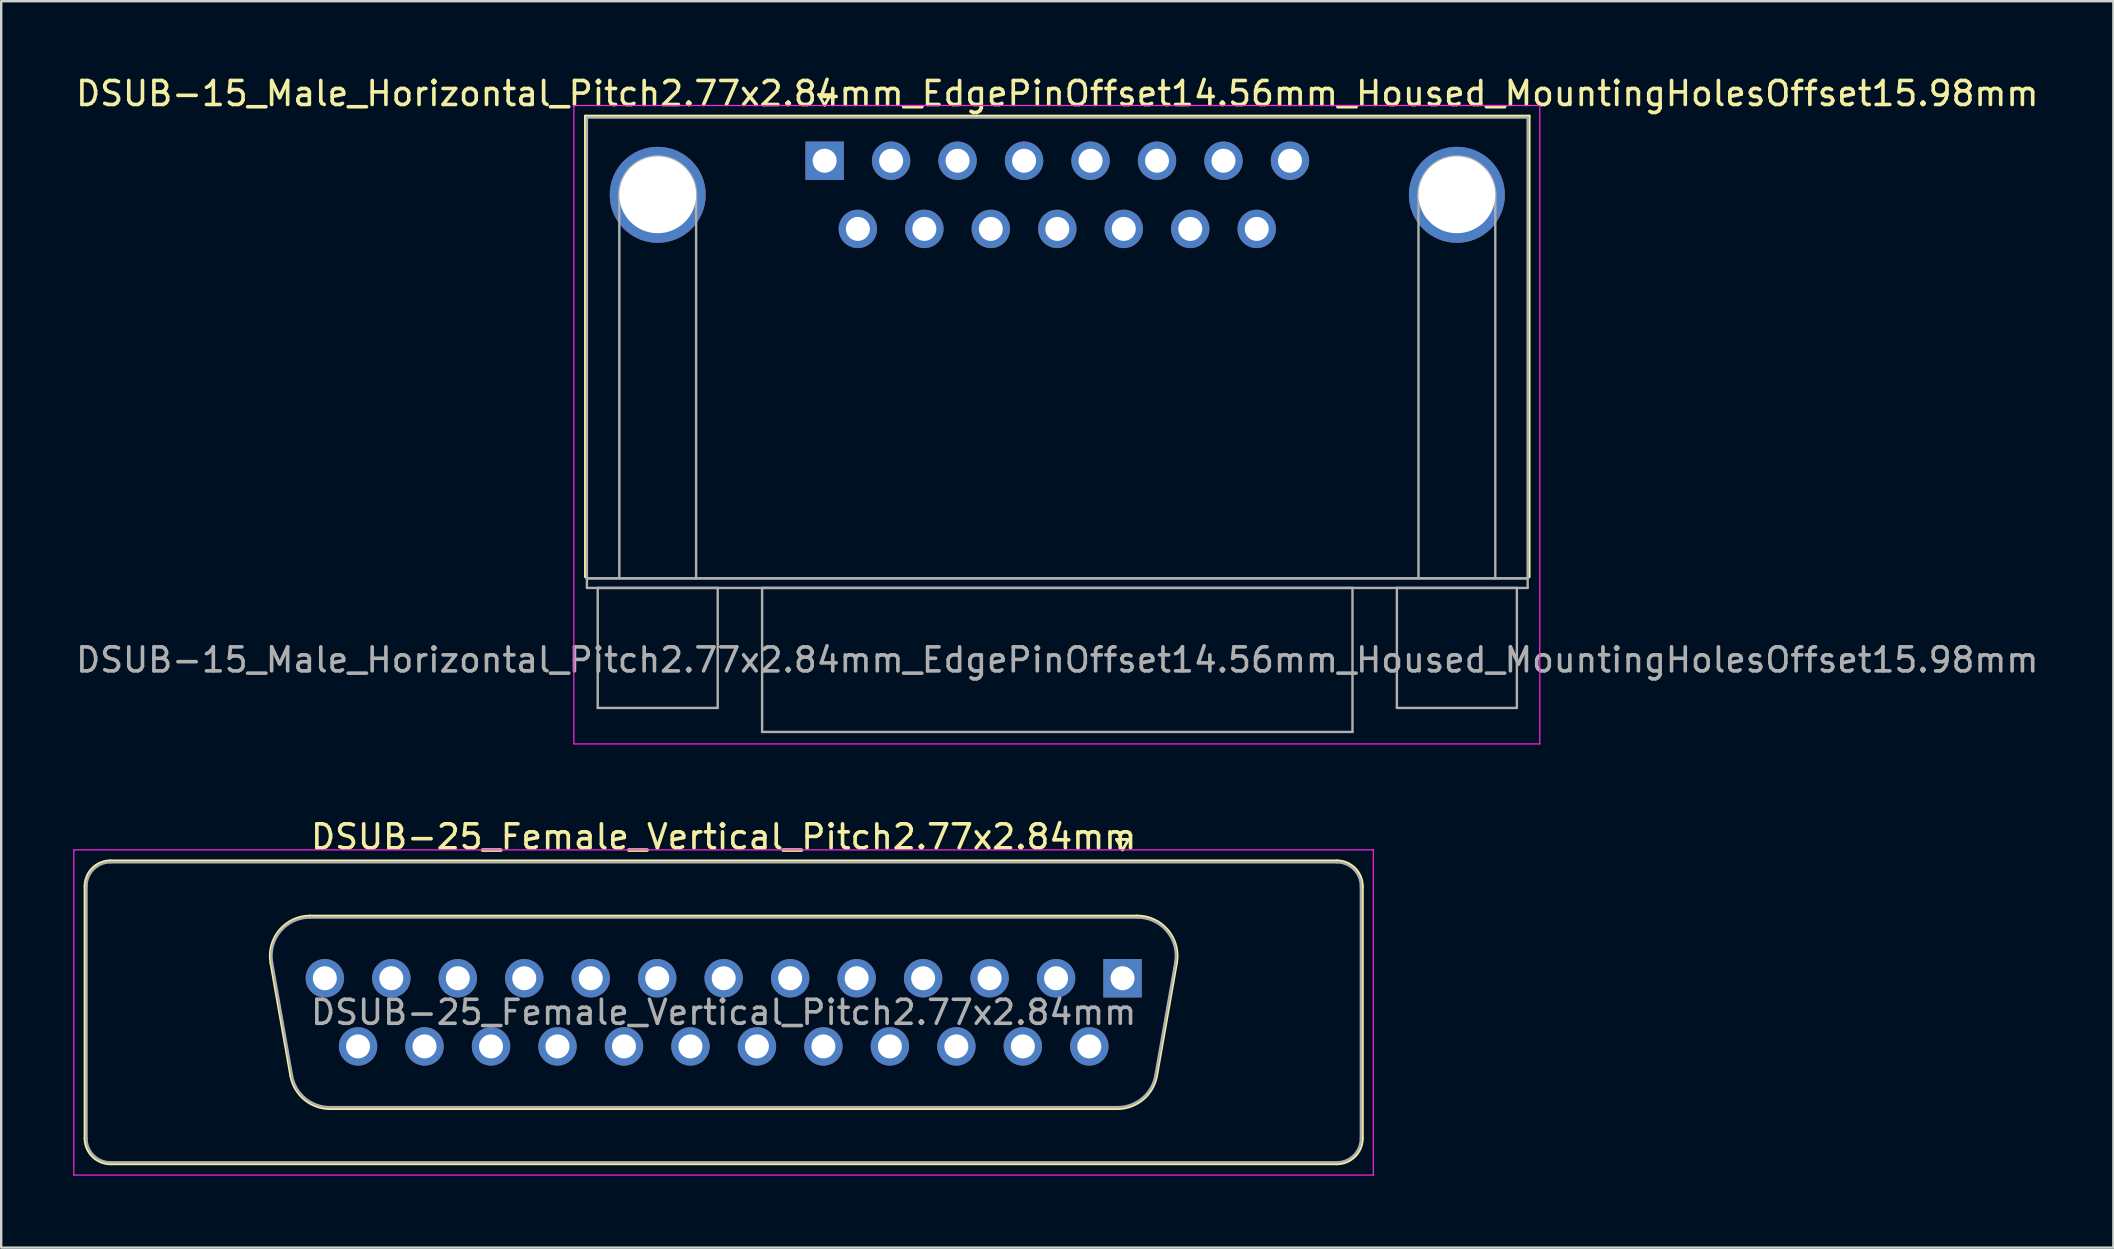
<source format=kicad_pcb>
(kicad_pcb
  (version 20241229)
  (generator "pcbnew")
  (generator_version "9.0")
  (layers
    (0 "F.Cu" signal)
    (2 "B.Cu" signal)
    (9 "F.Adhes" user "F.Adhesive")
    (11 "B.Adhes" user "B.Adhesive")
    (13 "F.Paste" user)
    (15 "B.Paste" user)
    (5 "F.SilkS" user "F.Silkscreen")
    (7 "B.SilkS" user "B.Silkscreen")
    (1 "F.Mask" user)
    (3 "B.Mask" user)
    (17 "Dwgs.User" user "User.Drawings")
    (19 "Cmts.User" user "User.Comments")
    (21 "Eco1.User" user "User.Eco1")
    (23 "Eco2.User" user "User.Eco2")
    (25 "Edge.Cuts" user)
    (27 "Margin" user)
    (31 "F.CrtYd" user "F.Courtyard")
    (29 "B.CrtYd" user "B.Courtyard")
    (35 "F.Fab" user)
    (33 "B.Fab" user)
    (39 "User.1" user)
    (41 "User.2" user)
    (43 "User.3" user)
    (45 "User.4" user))
  (footprint "DSUB-15_Male_Horizontal_Pitch2.77x2.84mm_EdgePinOffset14.56mm_Housed_MountingHolesOffset15.98mm"
    (layer "F.Cu")
    (at 31.311 3.648)
    (property "Reference" "DSUB-15_Male_Horizontal_Pitch2.77x2.84mm_EdgePinOffset14.56mm_Housed_MountingHolesOffset15.98mm" (at 9.695 -2.8 0) (layer "F.SilkS") (effects (font (size 1 1) (thickness 0.15))))
    (attr through_hole)
    (fp_line (start -9.965 -1.86) (end 29.355 -1.86) (stroke (width 0.12) (type solid)) (layer "F.SilkS"))
    (fp_line (start -9.965 17.34) (end -9.965 -1.86) (stroke (width 0.12) (type solid)) (layer "F.SilkS"))
    (fp_line (start -0.25 -2.754) (end 0.25 -2.754) (stroke (width 0.12) (type solid)) (layer "F.SilkS"))
    (fp_line (start 0 -2.321) (end -0.25 -2.754) (stroke (width 0.12) (type solid)) (layer "F.SilkS"))
    (fp_line (start 0.25 -2.754) (end 0 -2.321) (stroke (width 0.12) (type solid)) (layer "F.SilkS"))
    (fp_line (start 29.355 -1.86) (end 29.355 17.34) (stroke (width 0.12) (type solid)) (layer "F.SilkS"))
    (fp_line (start -10.45 -2.3) (end -10.45 24.3) (stroke (width 0.05) (type solid)) (layer "F.CrtYd"))
    (fp_line (start -10.45 24.3) (end 29.8 24.3) (stroke (width 0.05) (type solid)) (layer "F.CrtYd"))
    (fp_line (start 29.8 -2.3) (end -10.45 -2.3) (stroke (width 0.05) (type solid)) (layer "F.CrtYd"))
    (fp_line (start 29.8 24.3) (end 29.8 -2.3) (stroke (width 0.05) (type solid)) (layer "F.CrtYd"))
    (fp_line (start -9.905 -1.8) (end -9.905 17.4) (stroke (width 0.1) (type solid)) (layer "F.Fab"))
    (fp_line (start -9.905 17.4) (end -9.905 17.8) (stroke (width 0.1) (type solid)) (layer "F.Fab"))
    (fp_line (start -9.905 17.4) (end 29.295 17.4) (stroke (width 0.1) (type solid)) (layer "F.Fab"))
    (fp_line (start -9.905 17.8) (end 29.295 17.8) (stroke (width 0.1) (type solid)) (layer "F.Fab"))
    (fp_line (start -9.455 17.8) (end -9.455 22.8) (stroke (width 0.1) (type solid)) (layer "F.Fab"))
    (fp_line (start -9.455 22.8) (end -4.455 22.8) (stroke (width 0.1) (type solid)) (layer "F.Fab"))
    (fp_line (start -8.555 17.4) (end -8.555 1.42) (stroke (width 0.1) (type solid)) (layer "F.Fab"))
    (fp_line (start -5.355 17.4) (end -5.355 1.42) (stroke (width 0.1) (type solid)) (layer "F.Fab"))
    (fp_line (start -4.455 17.8) (end -9.455 17.8) (stroke (width 0.1) (type solid)) (layer "F.Fab"))
    (fp_line (start -4.455 22.8) (end -4.455 17.8) (stroke (width 0.1) (type solid)) (layer "F.Fab"))
    (fp_line (start -2.605 17.8) (end -2.605 23.8) (stroke (width 0.1) (type solid)) (layer "F.Fab"))
    (fp_line (start -2.605 23.8) (end 21.995 23.8) (stroke (width 0.1) (type solid)) (layer "F.Fab"))
    (fp_line (start 21.995 17.8) (end -2.605 17.8) (stroke (width 0.1) (type solid)) (layer "F.Fab"))
    (fp_line (start 21.995 23.8) (end 21.995 17.8) (stroke (width 0.1) (type solid)) (layer "F.Fab"))
    (fp_line (start 23.845 17.8) (end 23.845 22.8) (stroke (width 0.1) (type solid)) (layer "F.Fab"))
    (fp_line (start 23.845 22.8) (end 28.845 22.8) (stroke (width 0.1) (type solid)) (layer "F.Fab"))
    (fp_line (start 24.745 17.4) (end 24.745 1.42) (stroke (width 0.1) (type solid)) (layer "F.Fab"))
    (fp_line (start 27.945 17.4) (end 27.945 1.42) (stroke (width 0.1) (type solid)) (layer "F.Fab"))
    (fp_line (start 28.845 17.8) (end 23.845 17.8) (stroke (width 0.1) (type solid)) (layer "F.Fab"))
    (fp_line (start 28.845 22.8) (end 28.845 17.8) (stroke (width 0.1) (type solid)) (layer "F.Fab"))
    (fp_line (start 29.295 -1.8) (end -9.905 -1.8) (stroke (width 0.1) (type solid)) (layer "F.Fab"))
    (fp_line (start 29.295 17.4) (end -9.905 17.4) (stroke (width 0.1) (type solid)) (layer "F.Fab"))
    (fp_line (start 29.295 17.4) (end 29.295 -1.8) (stroke (width 0.1) (type solid)) (layer "F.Fab"))
    (fp_line (start 29.295 17.8) (end 29.295 17.4) (stroke (width 0.1) (type solid)) (layer "F.Fab"))
    (fp_arc (start -8.555 1.42) (mid -6.955 -0.18) (end -5.355 1.42) (stroke (width 0.1) (type solid)) (layer "F.Fab"))
    (fp_arc (start 24.745 1.42) (mid 26.345 -0.18) (end 27.945 1.42) (stroke (width 0.1) (type solid)) (layer "F.Fab"))
    (fp_text user "${REFERENCE}" (at 9.695 20.8 0) (layer "F.Fab") (effects (font (size 1 1) (thickness 0.15))))
    (pad "0" thru_hole circle (at -6.955 1.42) (size 4 4) (drill 3.2) (layers "*.Cu" "*.Mask"))
    (pad "0" thru_hole circle (at 26.345 1.42) (size 4 4) (drill 3.2) (layers "*.Cu" "*.Mask"))
    (pad "1" thru_hole rect (at 0 0) (size 1.6 1.6) (drill 1) (layers "*.Cu" "*.Mask"))
    (pad "2" thru_hole circle (at 2.77 0) (size 1.6 1.6) (drill 1) (layers "*.Cu" "*.Mask"))
    (pad "3" thru_hole circle (at 5.54 0) (size 1.6 1.6) (drill 1) (layers "*.Cu" "*.Mask"))
    (pad "4" thru_hole circle (at 8.31 0) (size 1.6 1.6) (drill 1) (layers "*.Cu" "*.Mask"))
    (pad "5" thru_hole circle (at 11.08 0) (size 1.6 1.6) (drill 1) (layers "*.Cu" "*.Mask"))
    (pad "6" thru_hole circle (at 13.85 0) (size 1.6 1.6) (drill 1) (layers "*.Cu" "*.Mask"))
    (pad "7" thru_hole circle (at 16.62 0) (size 1.6 1.6) (drill 1) (layers "*.Cu" "*.Mask"))
    (pad "8" thru_hole circle (at 19.39 0) (size 1.6 1.6) (drill 1) (layers "*.Cu" "*.Mask"))
    (pad "9" thru_hole circle (at 1.385 2.84) (size 1.6 1.6) (drill 1) (layers "*.Cu" "*.Mask"))
    (pad "10" thru_hole circle (at 4.155 2.84) (size 1.6 1.6) (drill 1) (layers "*.Cu" "*.Mask"))
    (pad "11" thru_hole circle (at 6.925 2.84) (size 1.6 1.6) (drill 1) (layers "*.Cu" "*.Mask"))
    (pad "12" thru_hole circle (at 9.695 2.84) (size 1.6 1.6) (drill 1) (layers "*.Cu" "*.Mask"))
    (pad "13" thru_hole circle (at 12.465 2.84) (size 1.6 1.6) (drill 1) (layers "*.Cu" "*.Mask"))
    (pad "14" thru_hole circle (at 15.235 2.84) (size 1.6 1.6) (drill 1) (layers "*.Cu" "*.Mask"))
    (pad "15" thru_hole circle (at 18.005 2.84) (size 1.6 1.6) (drill 1) (layers "*.Cu" "*.Mask")))
  (footprint "DSUB-25_Female_Vertical_Pitch2.77x2.84mm"
    (layer "F.Cu")
    (at 43.725 37.712)
    (property "Reference" "DSUB-25_Female_Vertical_Pitch2.77x2.84mm" (at -16.62 -5.89 0) (layer "F.SilkS") (effects (font (size 1 1) (thickness 0.15))))
    (attr through_hole)
    (fp_line (start -43.23 6.67) (end -43.23 -3.83) (stroke (width 0.12) (type solid)) (layer "F.SilkS"))
    (fp_line (start -42.17 -4.89) (end 8.93 -4.89) (stroke (width 0.12) (type solid)) (layer "F.SilkS"))
    (fp_line (start -35.486 -0.642) (end -34.658 4.058) (stroke (width 0.12) (type solid)) (layer "F.SilkS"))
    (fp_line (start -33.852 -2.59) (end 0.612 -2.59) (stroke (width 0.12) (type solid)) (layer "F.SilkS"))
    (fp_line (start -33.023 5.43) (end -0.217 5.43) (stroke (width 0.12) (type solid)) (layer "F.SilkS"))
    (fp_line (start -0.25 -5.784) (end 0.25 -5.784) (stroke (width 0.12) (type solid)) (layer "F.SilkS"))
    (fp_line (start 0 -5.351) (end -0.25 -5.784) (stroke (width 0.12) (type solid)) (layer "F.SilkS"))
    (fp_line (start 0.25 -5.784) (end 0 -5.351) (stroke (width 0.12) (type solid)) (layer "F.SilkS"))
    (fp_line (start 2.246 -0.642) (end 1.418 4.058) (stroke (width 0.12) (type solid)) (layer "F.SilkS"))
    (fp_line (start 8.93 7.73) (end -42.17 7.73) (stroke (width 0.12) (type solid)) (layer "F.SilkS"))
    (fp_line (start 9.99 -3.83) (end 9.99 6.67) (stroke (width 0.12) (type solid)) (layer "F.SilkS"))
    (fp_arc (start -43.23 -3.83) (mid -42.919533 -4.579533) (end -42.17 -4.89) (stroke (width 0.12) (type solid)) (layer "F.SilkS"))
    (fp_arc (start -42.17 7.73) (mid -42.919533 7.419533) (end -43.23 6.67) (stroke (width 0.12) (type solid)) (layer "F.SilkS"))
    (fp_arc (start -35.48647 -0.641744) (mid -35.123323 -1.997028) (end -33.851689 -2.59) (stroke (width 0.12) (type solid)) (layer "F.SilkS"))
    (fp_arc (start -33.022952 5.43) (mid -34.089979 5.041634) (end -34.657733 4.058256) (stroke (width 0.12) (type solid)) (layer "F.SilkS"))
    (fp_arc (start 0.611689 -2.59) (mid 1.883323 -1.997027) (end 2.24647 -0.641744) (stroke (width 0.12) (type solid)) (layer "F.SilkS"))
    (fp_arc (start 1.417733 4.058256) (mid 0.84998 5.041634) (end -0.217048 5.43) (stroke (width 0.12) (type solid)) (layer "F.SilkS"))
    (fp_arc (start 8.93 -4.89) (mid 9.679533 -4.579533) (end 9.99 -3.83) (stroke (width 0.12) (type solid)) (layer "F.SilkS"))
    (fp_arc (start 9.99 6.67) (mid 9.679533 7.419533) (end 8.93 7.73) (stroke (width 0.12) (type solid)) (layer "F.SilkS"))
    (fp_line (start -43.7 -5.35) (end -43.7 8.2) (stroke (width 0.05) (type solid)) (layer "F.CrtYd"))
    (fp_line (start -43.7 8.2) (end 10.45 8.2) (stroke (width 0.05) (type solid)) (layer "F.CrtYd"))
    (fp_line (start 10.45 -5.35) (end -43.7 -5.35) (stroke (width 0.05) (type solid)) (layer "F.CrtYd"))
    (fp_line (start 10.45 8.2) (end 10.45 -5.35) (stroke (width 0.05) (type solid)) (layer "F.CrtYd"))
    (fp_line (start -43.17 6.67) (end -43.17 -3.83) (stroke (width 0.1) (type solid)) (layer "F.Fab"))
    (fp_line (start -42.17 -4.83) (end 8.93 -4.83) (stroke (width 0.1) (type solid)) (layer "F.Fab"))
    (fp_line (start -35.439 -0.652) (end -34.61 4.048) (stroke (width 0.1) (type solid)) (layer "F.Fab"))
    (fp_line (start -33.863 -2.53) (end 0.623 -2.53) (stroke (width 0.1) (type solid)) (layer "F.Fab"))
    (fp_line (start -33.034 5.37) (end -0.206 5.37) (stroke (width 0.1) (type solid)) (layer "F.Fab"))
    (fp_line (start 2.199 -0.652) (end 1.37 4.048) (stroke (width 0.1) (type solid)) (layer "F.Fab"))
    (fp_line (start 8.93 7.67) (end -42.17 7.67) (stroke (width 0.1) (type solid)) (layer "F.Fab"))
    (fp_line (start 9.93 -3.83) (end 9.93 6.67) (stroke (width 0.1) (type solid)) (layer "F.Fab"))
    (fp_arc (start -43.17 -3.83) (mid -42.877107 -4.537107) (end -42.17 -4.83) (stroke (width 0.1) (type solid)) (layer "F.Fab"))
    (fp_arc (start -42.17 7.67) (mid -42.877107 7.377107) (end -43.17 6.67) (stroke (width 0.1) (type solid)) (layer "F.Fab"))
    (fp_arc (start -35.438886 -0.652163) (mid -35.088865 -1.95846) (end -33.863194 -2.53) (stroke (width 0.1) (type solid)) (layer "F.Fab"))
    (fp_arc (start -33.034457 5.37) (mid -34.062917 4.995671) (end -34.610149 4.047837) (stroke (width 0.1) (type solid)) (layer "F.Fab"))
    (fp_arc (start 0.623194 -2.53) (mid 1.848865 -1.95846) (end 2.198886 -0.652163) (stroke (width 0.1) (type solid)) (layer "F.Fab"))
    (fp_arc (start 1.370149 4.047837) (mid 0.822917 4.995671) (end -0.205543 5.37) (stroke (width 0.1) (type solid)) (layer "F.Fab"))
    (fp_arc (start 8.93 -4.83) (mid 9.637107 -4.537107) (end 9.93 -3.83) (stroke (width 0.1) (type solid)) (layer "F.Fab"))
    (fp_arc (start 9.93 6.67) (mid 9.637107 7.377107) (end 8.93 7.67) (stroke (width 0.1) (type solid)) (layer "F.Fab"))
    (fp_text user "${REFERENCE}" (at -16.62 1.42 0) (layer "F.Fab") (effects (font (size 1 1) (thickness 0.15))))
    (pad "1" thru_hole rect (at 0 0) (size 1.6 1.6) (drill 1) (layers "*.Cu" "*.Mask"))
    (pad "2" thru_hole circle (at -2.77 0) (size 1.6 1.6) (drill 1) (layers "*.Cu" "*.Mask"))
    (pad "3" thru_hole circle (at -5.54 0) (size 1.6 1.6) (drill 1) (layers "*.Cu" "*.Mask"))
    (pad "4" thru_hole circle (at -8.31 0) (size 1.6 1.6) (drill 1) (layers "*.Cu" "*.Mask"))
    (pad "5" thru_hole circle (at -11.08 0) (size 1.6 1.6) (drill 1) (layers "*.Cu" "*.Mask"))
    (pad "6" thru_hole circle (at -13.85 0) (size 1.6 1.6) (drill 1) (layers "*.Cu" "*.Mask"))
    (pad "7" thru_hole circle (at -16.62 0) (size 1.6 1.6) (drill 1) (layers "*.Cu" "*.Mask"))
    (pad "8" thru_hole circle (at -19.39 0) (size 1.6 1.6) (drill 1) (layers "*.Cu" "*.Mask"))
    (pad "9" thru_hole circle (at -22.16 0) (size 1.6 1.6) (drill 1) (layers "*.Cu" "*.Mask"))
    (pad "10" thru_hole circle (at -24.93 0) (size 1.6 1.6) (drill 1) (layers "*.Cu" "*.Mask"))
    (pad "11" thru_hole circle (at -27.7 0) (size 1.6 1.6) (drill 1) (layers "*.Cu" "*.Mask"))
    (pad "12" thru_hole circle (at -30.47 0) (size 1.6 1.6) (drill 1) (layers "*.Cu" "*.Mask"))
    (pad "13" thru_hole circle (at -33.24 0) (size 1.6 1.6) (drill 1) (layers "*.Cu" "*.Mask"))
    (pad "14" thru_hole circle (at -1.385 2.84) (size 1.6 1.6) (drill 1) (layers "*.Cu" "*.Mask"))
    (pad "15" thru_hole circle (at -4.155 2.84) (size 1.6 1.6) (drill 1) (layers "*.Cu" "*.Mask"))
    (pad "16" thru_hole circle (at -6.925 2.84) (size 1.6 1.6) (drill 1) (layers "*.Cu" "*.Mask"))
    (pad "17" thru_hole circle (at -9.695 2.84) (size 1.6 1.6) (drill 1) (layers "*.Cu" "*.Mask"))
    (pad "18" thru_hole circle (at -12.465 2.84) (size 1.6 1.6) (drill 1) (layers "*.Cu" "*.Mask"))
    (pad "19" thru_hole circle (at -15.235 2.84) (size 1.6 1.6) (drill 1) (layers "*.Cu" "*.Mask"))
    (pad "20" thru_hole circle (at -18.005 2.84) (size 1.6 1.6) (drill 1) (layers "*.Cu" "*.Mask"))
    (pad "21" thru_hole circle (at -20.775 2.84) (size 1.6 1.6) (drill 1) (layers "*.Cu" "*.Mask"))
    (pad "22" thru_hole circle (at -23.545 2.84) (size 1.6 1.6) (drill 1) (layers "*.Cu" "*.Mask"))
    (pad "23" thru_hole circle (at -26.315 2.84) (size 1.6 1.6) (drill 1) (layers "*.Cu" "*.Mask"))
    (pad "24" thru_hole circle (at -29.085 2.84) (size 1.6 1.6) (drill 1) (layers "*.Cu" "*.Mask"))
    (pad "25" thru_hole circle (at -31.855 2.84) (size 1.6 1.6) (drill 1) (layers "*.Cu" "*.Mask")))
  (gr_rect
    (start -3 -3)
    (end 85.012 48.937)
    (stroke (width 0.1) (type default))
    (fill no)
    (layer "Edge.Cuts")))
</source>
